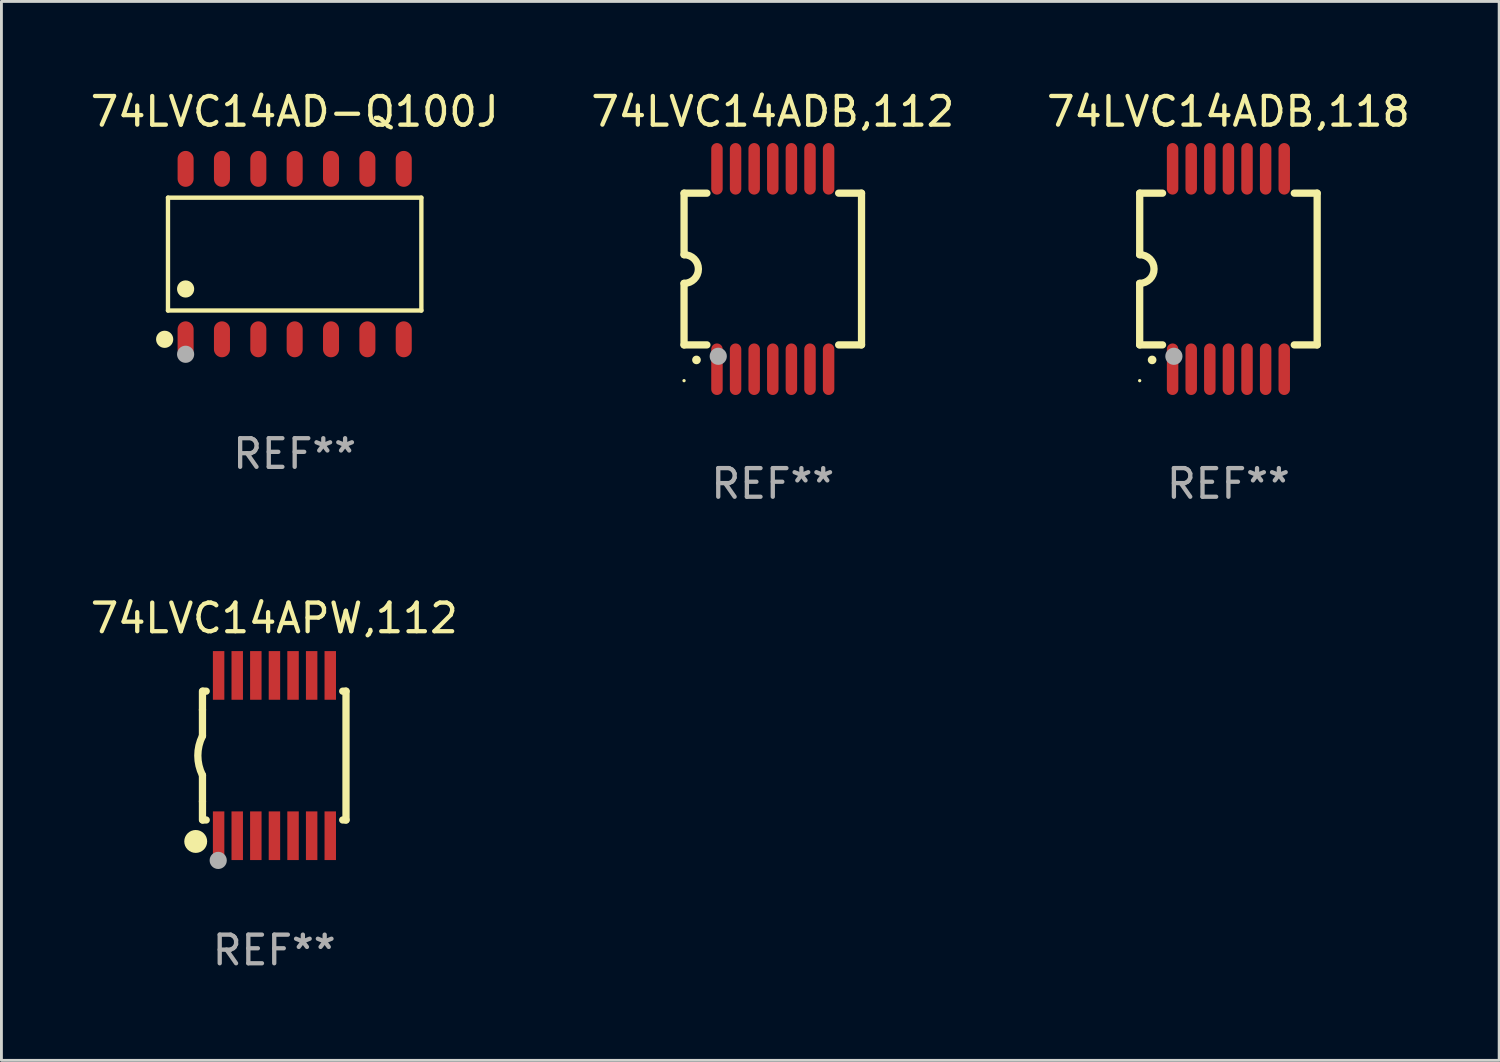
<source format=kicad_pcb>
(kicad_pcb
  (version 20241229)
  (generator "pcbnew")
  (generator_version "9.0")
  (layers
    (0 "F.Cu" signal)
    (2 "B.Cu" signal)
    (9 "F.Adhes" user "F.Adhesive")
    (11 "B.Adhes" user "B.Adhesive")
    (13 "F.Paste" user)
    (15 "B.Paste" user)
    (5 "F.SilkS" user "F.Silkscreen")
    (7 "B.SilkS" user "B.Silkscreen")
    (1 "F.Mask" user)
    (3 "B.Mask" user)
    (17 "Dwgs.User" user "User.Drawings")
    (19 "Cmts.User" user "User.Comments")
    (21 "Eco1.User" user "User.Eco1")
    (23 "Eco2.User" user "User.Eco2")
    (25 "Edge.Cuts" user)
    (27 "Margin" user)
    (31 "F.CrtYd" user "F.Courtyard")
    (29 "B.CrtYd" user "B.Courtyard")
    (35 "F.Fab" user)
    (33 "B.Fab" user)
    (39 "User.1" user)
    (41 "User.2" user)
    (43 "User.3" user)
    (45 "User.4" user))
  (footprint "74LVC14ADB,112"
    (layer "F.Cu")
    (at 23.946 6.348)
    (property "Reference" "74LVC14ADB,112" (at 0 -5.5 0) (layer "F.SilkS") (effects (font (size 1 1) (thickness 0.15))))
    (attr through_hole)
    (fp_line (start -3.1 2.65) (end -3.1 0.5) (stroke (width 0.254) (type solid)) (layer "F.SilkS"))
    (fp_line (start -3.099 -2.65) (end -2.301 -2.65) (stroke (width 0.254) (type solid)) (layer "F.SilkS"))
    (fp_line (start -3.099 -0.5) (end -3.099 -2.65) (stroke (width 0.254) (type solid)) (layer "F.SilkS"))
    (fp_line (start -2.301 2.65) (end -3.1 2.65) (stroke (width 0.254) (type solid)) (layer "F.SilkS"))
    (fp_line (start 2.301 -2.65) (end 3.1 -2.65) (stroke (width 0.254) (type solid)) (layer "F.SilkS"))
    (fp_line (start 3.1 -2.65) (end 3.1 2.65) (stroke (width 0.254) (type solid)) (layer "F.SilkS"))
    (fp_line (start 3.1 2.65) (end 2.301 2.65) (stroke (width 0.254) (type solid)) (layer "F.SilkS"))
    (fp_arc (start -3.098806 -0.500381) (mid -2.598806 0) (end -3.098806 0.500381) (stroke (width 0.254001) (type solid)) (layer "F.SilkS"))
    (fp_arc (start -2.667005 3.175006) (mid -2.665735 3.175001) (end -2.664465 3.175006) (stroke (width 0.3) (type solid)) (layer "F.SilkS"))
    (fp_circle (center -3.1 3.9) (end -3.07 3.9) (stroke (width 0.06) (type solid)) (fill no) (layer "F.SilkS"))
    (fp_circle (center -1.905 3.048) (end -1.755 3.048) (stroke (width 0.3) (type solid)) (fill no) (layer "F.Fab"))
    (fp_text user "REF**" (at 0 7.5 0) (layer "F.Fab") (effects (font (size 1 1) (thickness 0.15))))
    (pad "1" smd oval (at -1.95 3.5 270) (size 1.8 0.4) (layers "F.Cu" "F.Mask" "F.Paste"))
    (pad "2" smd oval (at -1.3 3.5 270) (size 1.8 0.4) (layers "F.Cu" "F.Mask" "F.Paste"))
    (pad "3" smd oval (at -0.65 3.5 270) (size 1.8 0.4) (layers "F.Cu" "F.Mask" "F.Paste"))
    (pad "4" smd oval (at 0 3.5 270) (size 1.8 0.4) (layers "F.Cu" "F.Mask" "F.Paste"))
    (pad "5" smd oval (at 0.65 3.5 270) (size 1.8 0.4) (layers "F.Cu" "F.Mask" "F.Paste"))
    (pad "6" smd oval (at 1.3 3.5 270) (size 1.8 0.4) (layers "F.Cu" "F.Mask" "F.Paste"))
    (pad "7" smd oval (at 1.95 3.5 270) (size 1.8 0.4) (layers "F.Cu" "F.Mask" "F.Paste"))
    (pad "8" smd oval (at 1.95 -3.5 90) (size 1.8 0.4) (layers "F.Cu" "F.Mask" "F.Paste"))
    (pad "9" smd oval (at 1.3 -3.5 90) (size 1.8 0.4) (layers "F.Cu" "F.Mask" "F.Paste"))
    (pad "10" smd oval (at 0.65 -3.5 90) (size 1.8 0.4) (layers "F.Cu" "F.Mask" "F.Paste"))
    (pad "11" smd oval (at 0 -3.5 90) (size 1.8 0.4) (layers "F.Cu" "F.Mask" "F.Paste"))
    (pad "12" smd oval (at -0.65 -3.5 90) (size 1.8 0.4) (layers "F.Cu" "F.Mask" "F.Paste"))
    (pad "13" smd oval (at -1.3 -3.5 90) (size 1.8 0.4) (layers "F.Cu" "F.Mask" "F.Paste"))
    (pad "14" smd oval (at -1.95 -3.5 90) (size 1.8 0.4) (layers "F.Cu" "F.Mask" "F.Paste")))
  (footprint "74LVC14APW,112"
    (layer "F.Cu")
    (at 6.53 23.345)
    (property "Reference" "74LVC14APW,112" (at 0 -4.8 0) (layer "F.SilkS") (effects (font (size 1 1) (thickness 0.15))))
    (attr through_hole)
    (fp_line (start -2.507 -1.6) (end -2.507 -2.25) (stroke (width 0.254) (type solid)) (layer "F.SilkS"))
    (fp_line (start -2.507 -0.686) (end -2.507 -1.6) (stroke (width 0.254) (type solid)) (layer "F.SilkS"))
    (fp_line (start -2.507 1.6) (end -2.507 0.686) (stroke (width 0.254) (type solid)) (layer "F.SilkS"))
    (fp_line (start -2.507 1.6) (end -2.507 2.25) (stroke (width 0.254) (type solid)) (layer "F.SilkS"))
    (fp_line (start -2.493 -2.25) (end -2.377 -2.25) (stroke (width 0.254) (type solid)) (layer "F.SilkS"))
    (fp_line (start -2.377 2.25) (end -2.493 2.25) (stroke (width 0.254) (type solid)) (layer "F.SilkS"))
    (fp_line (start 2.392 -2.25) (end 2.507 -2.25) (stroke (width 0.254) (type solid)) (layer "F.SilkS"))
    (fp_line (start 2.507 -2.25) (end 2.507 2.25) (stroke (width 0.254) (type solid)) (layer "F.SilkS"))
    (fp_line (start 2.507 2.25) (end 2.392 2.25) (stroke (width 0.254) (type solid)) (layer "F.SilkS"))
    (fp_arc (start -2.507303 0.685802) (mid -2.669199 0) (end -2.507303 -0.685801) (stroke (width 0.254001) (type solid)) (layer "F.SilkS"))
    (fp_circle (center -2.743 3) (end -2.543 3) (stroke (width 0.4) (type solid)) (fill no) (layer "F.SilkS"))
    (fp_circle (center -2.493 3.2) (end -2.463 3.2) (stroke (width 0.06) (type solid)) (fill no) (layer "F.SilkS"))
    (fp_circle (center -1.957 3.662) (end -1.807 3.662) (stroke (width 0.3) (type solid)) (fill no) (layer "F.Fab"))
    (fp_text user "REF**" (at 0 6.8 0) (layer "F.Fab") (effects (font (size 1 1) (thickness 0.15))))
    (pad "1" smd rect (at -1.943 2.8) (size 0.4 1.7) (layers "F.Cu" "F.Mask" "F.Paste"))
    (pad "2" smd rect (at -1.293 2.8) (size 0.4 1.7) (layers "F.Cu" "F.Mask" "F.Paste"))
    (pad "3" smd rect (at -0.643 2.8) (size 0.4 1.7) (layers "F.Cu" "F.Mask" "F.Paste"))
    (pad "4" smd rect (at 0.007 2.8) (size 0.4 1.7) (layers "F.Cu" "F.Mask" "F.Paste"))
    (pad "5" smd rect (at 0.657 2.8) (size 0.4 1.7) (layers "F.Cu" "F.Mask" "F.Paste"))
    (pad "6" smd rect (at 1.307 2.8) (size 0.4 1.7) (layers "F.Cu" "F.Mask" "F.Paste"))
    (pad "7" smd rect (at 1.957 2.8) (size 0.4 1.7) (layers "F.Cu" "F.Mask" "F.Paste"))
    (pad "8" smd rect (at 1.957 -2.8) (size 0.4 1.7) (layers "F.Cu" "F.Mask" "F.Paste"))
    (pad "9" smd rect (at 1.307 -2.8) (size 0.4 1.7) (layers "F.Cu" "F.Mask" "F.Paste"))
    (pad "10" smd rect (at 0.657 -2.8) (size 0.4 1.7) (layers "F.Cu" "F.Mask" "F.Paste"))
    (pad "11" smd rect (at 0.007 -2.8) (size 0.4 1.7) (layers "F.Cu" "F.Mask" "F.Paste"))
    (pad "12" smd rect (at -0.643 -2.8) (size 0.4 1.7) (layers "F.Cu" "F.Mask" "F.Paste"))
    (pad "13" smd rect (at -1.293 -2.8) (size 0.4 1.7) (layers "F.Cu" "F.Mask" "F.Paste"))
    (pad "14" smd rect (at -1.943 -2.8) (size 0.4 1.7) (layers "F.Cu" "F.Mask" "F.Paste")))
  (footprint "74LVC14ADB,118"
    (layer "F.Cu")
    (at 39.863 6.348)
    (property "Reference" "74LVC14ADB,118" (at 0 -5.5 0) (layer "F.SilkS") (effects (font (size 1 1) (thickness 0.15))))
    (attr through_hole)
    (fp_line (start -3.1 2.65) (end -3.1 0.5) (stroke (width 0.254) (type solid)) (layer "F.SilkS"))
    (fp_line (start -3.099 -2.65) (end -2.301 -2.65) (stroke (width 0.254) (type solid)) (layer "F.SilkS"))
    (fp_line (start -3.099 -0.5) (end -3.099 -2.65) (stroke (width 0.254) (type solid)) (layer "F.SilkS"))
    (fp_line (start -2.301 2.65) (end -3.1 2.65) (stroke (width 0.254) (type solid)) (layer "F.SilkS"))
    (fp_line (start 2.301 -2.65) (end 3.1 -2.65) (stroke (width 0.254) (type solid)) (layer "F.SilkS"))
    (fp_line (start 3.1 -2.65) (end 3.1 2.65) (stroke (width 0.254) (type solid)) (layer "F.SilkS"))
    (fp_line (start 3.1 2.65) (end 2.301 2.65) (stroke (width 0.254) (type solid)) (layer "F.SilkS"))
    (fp_arc (start -3.098806 -0.500381) (mid -2.598806 0) (end -3.098806 0.500381) (stroke (width 0.254001) (type solid)) (layer "F.SilkS"))
    (fp_arc (start -2.667005 3.175006) (mid -2.665735 3.175001) (end -2.664465 3.175006) (stroke (width 0.3) (type solid)) (layer "F.SilkS"))
    (fp_circle (center -3.1 3.9) (end -3.07 3.9) (stroke (width 0.06) (type solid)) (fill no) (layer "F.SilkS"))
    (fp_circle (center -1.905 3.048) (end -1.755 3.048) (stroke (width 0.3) (type solid)) (fill no) (layer "F.Fab"))
    (fp_text user "REF**" (at 0 7.5 0) (layer "F.Fab") (effects (font (size 1 1) (thickness 0.15))))
    (pad "1" smd oval (at -1.95 3.5 270) (size 1.8 0.4) (layers "F.Cu" "F.Mask" "F.Paste"))
    (pad "2" smd oval (at -1.3 3.5 270) (size 1.8 0.4) (layers "F.Cu" "F.Mask" "F.Paste"))
    (pad "3" smd oval (at -0.65 3.5 270) (size 1.8 0.4) (layers "F.Cu" "F.Mask" "F.Paste"))
    (pad "4" smd oval (at 0 3.5 270) (size 1.8 0.4) (layers "F.Cu" "F.Mask" "F.Paste"))
    (pad "5" smd oval (at 0.65 3.5 270) (size 1.8 0.4) (layers "F.Cu" "F.Mask" "F.Paste"))
    (pad "6" smd oval (at 1.3 3.5 270) (size 1.8 0.4) (layers "F.Cu" "F.Mask" "F.Paste"))
    (pad "7" smd oval (at 1.95 3.5 270) (size 1.8 0.4) (layers "F.Cu" "F.Mask" "F.Paste"))
    (pad "8" smd oval (at 1.95 -3.5 90) (size 1.8 0.4) (layers "F.Cu" "F.Mask" "F.Paste"))
    (pad "9" smd oval (at 1.3 -3.5 90) (size 1.8 0.4) (layers "F.Cu" "F.Mask" "F.Paste"))
    (pad "10" smd oval (at 0.65 -3.5 90) (size 1.8 0.4) (layers "F.Cu" "F.Mask" "F.Paste"))
    (pad "11" smd oval (at 0 -3.5 90) (size 1.8 0.4) (layers "F.Cu" "F.Mask" "F.Paste"))
    (pad "12" smd oval (at -0.65 -3.5 90) (size 1.8 0.4) (layers "F.Cu" "F.Mask" "F.Paste"))
    (pad "13" smd oval (at -1.3 -3.5 90) (size 1.8 0.4) (layers "F.Cu" "F.Mask" "F.Paste"))
    (pad "14" smd oval (at -1.95 -3.5 90) (size 1.8 0.4) (layers "F.Cu" "F.Mask" "F.Paste")))
  (footprint "74LVC14AD-Q100J"
    (layer "F.Cu")
    (at 7.244 5.826)
    (property "Reference" "74LVC14AD-Q100J" (at 0 -4.977 0) (layer "F.SilkS") (effects (font (size 1 1) (thickness 0.15))))
    (attr through_hole)
    (fp_line (start -4.426 -1.971) (end 4.426 -1.971) (stroke (width 0.152) (type solid)) (layer "F.SilkS"))
    (fp_line (start -4.426 1.971) (end -4.426 -1.971) (stroke (width 0.152) (type solid)) (layer "F.SilkS"))
    (fp_line (start 4.426 -1.971) (end 4.426 1.971) (stroke (width 0.152) (type solid)) (layer "F.SilkS"))
    (fp_line (start 4.426 1.971) (end -4.426 1.971) (stroke (width 0.152) (type solid)) (layer "F.SilkS"))
    (fp_circle (center -4.542 2.977) (end -4.392 2.977) (stroke (width 0.3) (type solid)) (fill no) (layer "F.SilkS"))
    (fp_circle (center -4.35 3.1) (end -4.32 3.1) (stroke (width 0.06) (type solid)) (fill no) (layer "F.SilkS"))
    (fp_circle (center -3.81 1.219) (end -3.66 1.219) (stroke (width 0.3) (type solid)) (fill no) (layer "F.SilkS"))
    (fp_circle (center -3.81 3.5) (end -3.66 3.5) (stroke (width 0.3) (type solid)) (fill no) (layer "F.Fab"))
    (fp_text user "REF**" (at 0 6.977 0) (layer "F.Fab") (effects (font (size 1 1) (thickness 0.15))))
    (pad "1" smd oval (at -3.81 2.977) (size 0.56 1.255) (layers "F.Cu" "F.Mask" "F.Paste"))
    (pad "2" smd oval (at -2.54 2.977) (size 0.56 1.255) (layers "F.Cu" "F.Mask" "F.Paste"))
    (pad "3" smd oval (at -1.27 2.977) (size 0.56 1.255) (layers "F.Cu" "F.Mask" "F.Paste"))
    (pad "4" smd oval (at 0 2.977) (size 0.56 1.255) (layers "F.Cu" "F.Mask" "F.Paste"))
    (pad "5" smd oval (at 1.27 2.977) (size 0.56 1.255) (layers "F.Cu" "F.Mask" "F.Paste"))
    (pad "6" smd oval (at 2.54 2.977) (size 0.56 1.255) (layers "F.Cu" "F.Mask" "F.Paste"))
    (pad "7" smd oval (at 3.81 2.977) (size 0.56 1.255) (layers "F.Cu" "F.Mask" "F.Paste"))
    (pad "8" smd oval (at 3.81 -2.977) (size 0.56 1.255) (layers "F.Cu" "F.Mask" "F.Paste"))
    (pad "9" smd oval (at 2.54 -2.977) (size 0.56 1.255) (layers "F.Cu" "F.Mask" "F.Paste"))
    (pad "10" smd oval (at 1.27 -2.977) (size 0.56 1.255) (layers "F.Cu" "F.Mask" "F.Paste"))
    (pad "11" smd oval (at 0 -2.977) (size 0.56 1.255) (layers "F.Cu" "F.Mask" "F.Paste"))
    (pad "12" smd oval (at -1.27 -2.977) (size 0.56 1.255) (layers "F.Cu" "F.Mask" "F.Paste"))
    (pad "13" smd oval (at -2.54 -2.977) (size 0.56 1.255) (layers "F.Cu" "F.Mask" "F.Paste"))
    (pad "14" smd oval (at -3.81 -2.977) (size 0.56 1.255) (layers "F.Cu" "F.Mask" "F.Paste")))
  (gr_rect
    (start -3 -3)
    (end 49.321 33.993)
    (stroke (width 0.1) (type default))
    (fill no)
    (layer "Edge.Cuts")))
</source>
